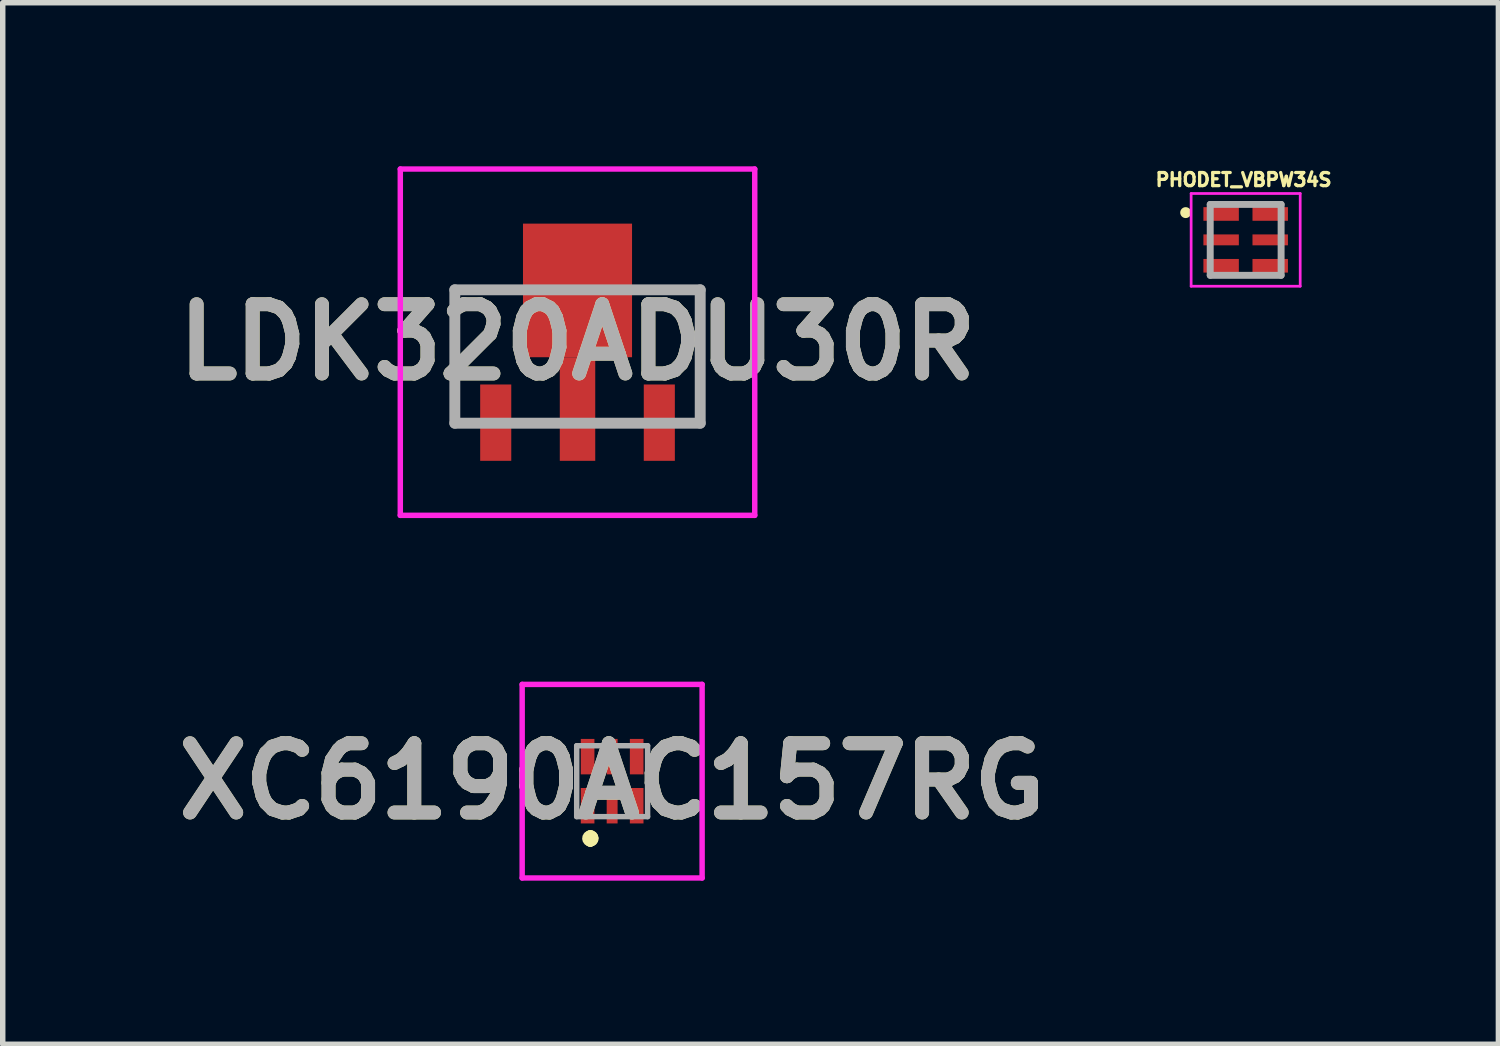
<source format=kicad_pcb>
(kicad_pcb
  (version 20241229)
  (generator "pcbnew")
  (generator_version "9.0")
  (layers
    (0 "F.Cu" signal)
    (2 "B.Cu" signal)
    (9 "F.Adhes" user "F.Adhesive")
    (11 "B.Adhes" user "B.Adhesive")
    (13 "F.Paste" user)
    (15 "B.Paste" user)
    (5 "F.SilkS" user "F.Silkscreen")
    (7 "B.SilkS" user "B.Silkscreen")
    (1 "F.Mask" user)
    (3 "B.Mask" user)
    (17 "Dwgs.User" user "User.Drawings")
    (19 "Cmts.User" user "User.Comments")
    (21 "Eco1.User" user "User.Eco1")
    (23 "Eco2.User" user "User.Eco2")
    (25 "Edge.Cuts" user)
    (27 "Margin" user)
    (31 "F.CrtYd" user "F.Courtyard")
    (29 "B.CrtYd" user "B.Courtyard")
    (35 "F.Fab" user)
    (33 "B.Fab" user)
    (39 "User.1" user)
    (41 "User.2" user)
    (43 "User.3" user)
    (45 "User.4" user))
  (footprint "PHODET_VBPW34S"
    (layer "F.Cu")
    (at 19.794 1.349)
    (property "Reference" "PHODET_VBPW34S" (at -0.038 -1.103 0) (layer "F.SilkS") (effects (font (size 0.24 0.24) (thickness 0.15))))
    (attr smd)
    (fp_circle (center -1.1 -0.5) (end -1 -0.5) (stroke (width 0) (type solid)) (fill yes) (layer "F.SilkS"))
    (fp_line (start -1 -0.85) (end 1 -0.85) (stroke (width 0.05) (type solid)) (layer "F.CrtYd"))
    (fp_line (start -1 0.85) (end -1 -0.85) (stroke (width 0.05) (type solid)) (layer "F.CrtYd"))
    (fp_line (start 1 -0.85) (end 1 0.85) (stroke (width 0.05) (type solid)) (layer "F.CrtYd"))
    (fp_line (start 1 0.85) (end -1 0.85) (stroke (width 0.05) (type solid)) (layer "F.CrtYd"))
    (fp_line (start -0.65 -0.65) (end 0.65 -0.65) (stroke (width 0.127) (type solid)) (layer "F.Fab"))
    (fp_line (start -0.65 0.65) (end -0.65 -0.65) (stroke (width 0.127) (type solid)) (layer "F.Fab"))
    (fp_line (start 0.65 -0.65) (end 0.65 0.65) (stroke (width 0.127) (type solid)) (layer "F.Fab"))
    (fp_line (start 0.65 0.65) (end -0.65 0.65) (stroke (width 0.127) (type solid)) (layer "F.Fab"))
    (pad "1" smd rect (at -0.45 -0.475) (size 0.65 0.25) (layers "F.Cu" "F.Mask" "F.Paste"))
    (pad "2" smd rect (at -0.45 0) (size 0.65 0.2) (layers "F.Cu" "F.Mask" "F.Paste"))
    (pad "3" smd rect (at -0.45 0.475) (size 0.65 0.25) (layers "F.Cu" "F.Mask" "F.Paste"))
    (pad "4" smd rect (at 0.45 0.475) (size 0.65 0.25) (layers "F.Cu" "F.Mask" "F.Paste"))
    (pad "5" smd rect (at 0.45 0) (size 0.65 0.2) (layers "F.Cu" "F.Mask" "F.Paste"))
    (pad "6" smd rect (at 0.45 -0.475) (size 0.65 0.25) (layers "F.Cu" "F.Mask" "F.Paste")))
  (footprint "LDK320ADU30R"
    (layer "F.Cu")
    (at 7.541 3.488)
    (property "Reference" "LDK320ADU30R" (at 0 -0.263 0) (layer "F.SilkS") (effects (font (size 1.27 1.27) (thickness 0.254))))
    (attr smd)
    (fp_line (start -2.25 -1.223) (end -2.25 1.223) (stroke (width 0.1) (type solid)) (layer "F.SilkS"))
    (fp_line (start -2.25 1.223) (end -2 1.223) (stroke (width 0.1) (type solid)) (layer "F.SilkS"))
    (fp_line (start -1.4 -1.223) (end -2.25 -1.223) (stroke (width 0.1) (type solid)) (layer "F.SilkS"))
    (fp_line (start 1.2 -1.223) (end 2.25 -1.223) (stroke (width 0.1) (type solid)) (layer "F.SilkS"))
    (fp_line (start 2.25 -1.223) (end 2.25 1.223) (stroke (width 0.1) (type solid)) (layer "F.SilkS"))
    (fp_line (start 2.25 1.223) (end 2 1.223) (stroke (width 0.1) (type solid)) (layer "F.SilkS"))
    (fp_line (start -3.25 -3.438) (end 3.25 -3.438) (stroke (width 0.1) (type solid)) (layer "F.CrtYd"))
    (fp_line (start -3.25 2.913) (end -3.25 -3.438) (stroke (width 0.1) (type solid)) (layer "F.CrtYd"))
    (fp_line (start 3.25 -3.438) (end 3.25 2.913) (stroke (width 0.1) (type solid)) (layer "F.CrtYd"))
    (fp_line (start 3.25 2.913) (end -3.25 2.913) (stroke (width 0.1) (type solid)) (layer "F.CrtYd"))
    (fp_line (start -2.25 -1.223) (end 2.25 -1.223) (stroke (width 0.2) (type solid)) (layer "F.Fab"))
    (fp_line (start -2.25 1.223) (end -2.25 -1.223) (stroke (width 0.2) (type solid)) (layer "F.Fab"))
    (fp_line (start 2.25 -1.223) (end 2.25 1.223) (stroke (width 0.2) (type solid)) (layer "F.Fab"))
    (fp_line (start 2.25 1.223) (end -2.25 1.223) (stroke (width 0.2) (type solid)) (layer "F.Fab"))
    (fp_text user "${REFERENCE}" (at 0 -0.263 0) (layer "F.Fab") (effects (font (size 1.27 1.27) (thickness 0.254))))
    (pad "1" smd rect (at -1.5 1.213) (size 0.57 1.4) (layers "F.Cu" "F.Mask" "F.Paste"))
    (pad "2" smd rect (at 0 0.963) (size 0.65 1.9) (layers "F.Cu" "F.Mask" "F.Paste"))
    (pad "3" smd rect (at 1.5 1.213) (size 0.57 1.4) (layers "F.Cu" "F.Mask" "F.Paste"))
    (pad "4" smd rect (at 0 -1.212) (size 2 2.45) (layers "F.Cu" "F.Mask" "F.Paste")))
  (footprint "XC6190AC157RG"
    (layer "F.Cu")
    (at 8.176 11.276)
    (property "Reference" "XC6190AC157RG" (at 0 0 0) (layer "F.SilkS") (effects (font (size 1.27 1.27) (thickness 0.254))))
    (attr smd)
    (fp_line (start -0.4 1) (end -0.4 1) (stroke (width 0.2) (type solid)) (layer "F.SilkS"))
    (fp_line (start -0.4 1.1) (end -0.4 1.1) (stroke (width 0.2) (type solid)) (layer "F.SilkS"))
    (fp_line (start -0.4 1.1) (end -0.4 1.1) (stroke (width 0.2) (type solid)) (layer "F.SilkS"))
    (fp_arc (start -0.4 1) (mid -0.35 1.05) (end -0.4 1.1) (stroke (width 0.2) (type solid)) (layer "F.SilkS"))
    (fp_arc (start -0.4 1) (mid -0.35 1.05) (end -0.4 1.1) (stroke (width 0.2) (type solid)) (layer "F.SilkS"))
    (fp_arc (start -0.4 1.1) (mid -0.45 1.05) (end -0.4 1) (stroke (width 0.2) (type solid)) (layer "F.SilkS"))
    (fp_line (start -1.65 -1.775) (end 1.65 -1.775) (stroke (width 0.1) (type solid)) (layer "F.CrtYd"))
    (fp_line (start -1.65 1.775) (end -1.65 -1.775) (stroke (width 0.1) (type solid)) (layer "F.CrtYd"))
    (fp_line (start 1.65 -1.775) (end 1.65 1.775) (stroke (width 0.1) (type solid)) (layer "F.CrtYd"))
    (fp_line (start 1.65 1.775) (end -1.65 1.775) (stroke (width 0.1) (type solid)) (layer "F.CrtYd"))
    (fp_line (start -0.65 -0.65) (end -0.65 0.65) (stroke (width 0.1) (type solid)) (layer "F.Fab"))
    (fp_line (start -0.65 0.65) (end 0.65 0.65) (stroke (width 0.1) (type solid)) (layer "F.Fab"))
    (fp_line (start 0.65 -0.65) (end -0.65 -0.65) (stroke (width 0.1) (type solid)) (layer "F.Fab"))
    (fp_line (start 0.65 0.65) (end 0.65 -0.65) (stroke (width 0.1) (type solid)) (layer "F.Fab"))
    (fp_text user "${REFERENCE}" (at 0 0 0) (layer "F.Fab") (effects (font (size 1.27 1.27) (thickness 0.254))))
    (pad "1" smd rect (at -0.45 0.45) (size 0.25 0.65) (layers "F.Cu" "F.Mask" "F.Paste"))
    (pad "2" smd rect (at 0 0.45) (size 0.2 0.65) (layers "F.Cu" "F.Mask" "F.Paste"))
    (pad "3" smd rect (at 0.45 0.45) (size 0.25 0.65) (layers "F.Cu" "F.Mask" "F.Paste"))
    (pad "4" smd rect (at 0.45 -0.45) (size 0.25 0.65) (layers "F.Cu" "F.Mask" "F.Paste"))
    (pad "5" smd rect (at 0 -0.45) (size 0.2 0.65) (layers "F.Cu" "F.Mask" "F.Paste"))
    (pad "6" smd rect (at -0.45 -0.45) (size 0.25 0.65) (layers "F.Cu" "F.Mask" "F.Paste")))
  (gr_rect
    (start -3 -3)
    (end 24.429 16.101)
    (stroke (width 0.1) (type default))
    (fill no)
    (layer "Edge.Cuts")))
</source>
